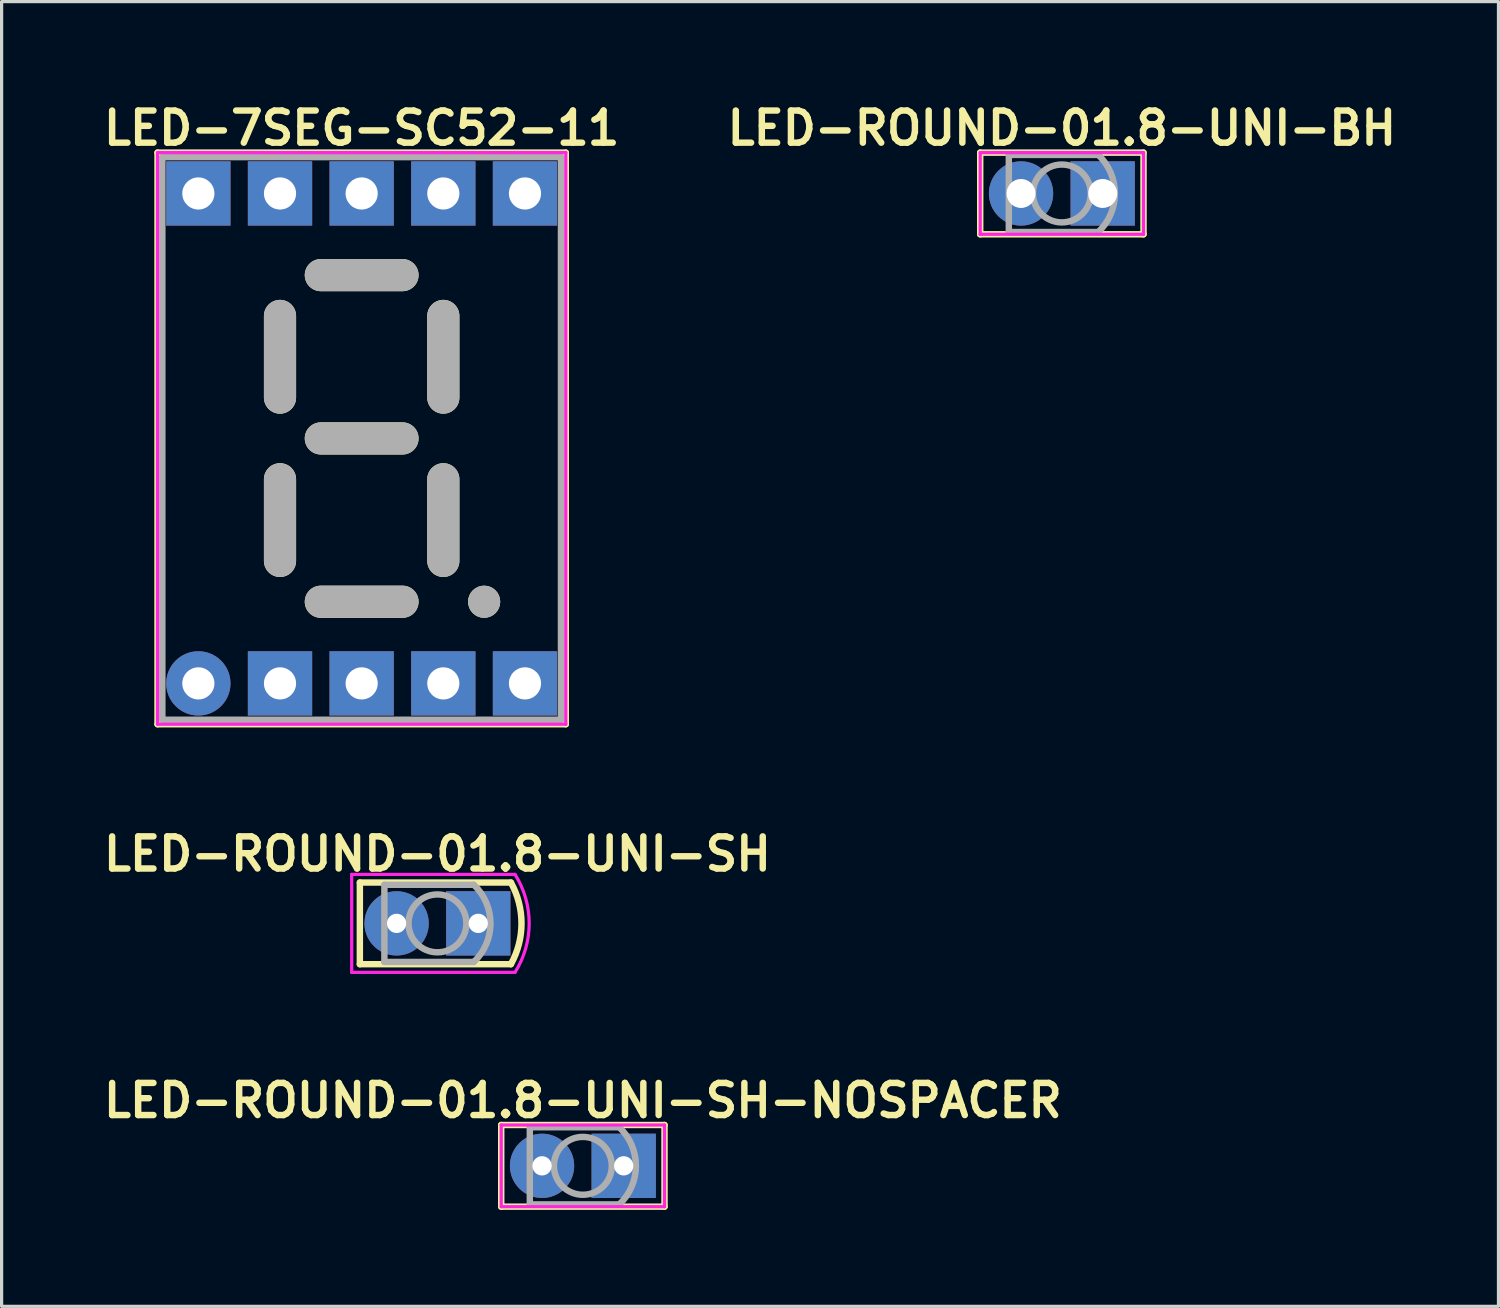
<source format=kicad_pcb>
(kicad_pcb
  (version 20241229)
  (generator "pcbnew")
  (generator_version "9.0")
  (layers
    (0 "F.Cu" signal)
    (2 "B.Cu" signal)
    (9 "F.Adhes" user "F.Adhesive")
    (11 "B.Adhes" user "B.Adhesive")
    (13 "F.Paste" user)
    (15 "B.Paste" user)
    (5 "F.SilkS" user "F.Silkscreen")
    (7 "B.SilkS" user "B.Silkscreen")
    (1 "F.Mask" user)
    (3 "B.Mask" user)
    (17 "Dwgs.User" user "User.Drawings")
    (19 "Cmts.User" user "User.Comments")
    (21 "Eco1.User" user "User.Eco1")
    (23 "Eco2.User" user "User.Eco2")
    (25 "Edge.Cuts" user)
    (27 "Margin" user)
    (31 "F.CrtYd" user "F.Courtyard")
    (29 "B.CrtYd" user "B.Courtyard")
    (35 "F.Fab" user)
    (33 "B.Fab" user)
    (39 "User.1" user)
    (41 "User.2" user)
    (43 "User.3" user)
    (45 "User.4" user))
  (footprint "LED-7SEG-SC52-11"
    (layer "F.Cu")
    (at 8.2 10.588)
    (property "Reference" "LED-7SEG-SC52-11" (at 0 -9.652 0) (layer "F.SilkS") (effects (font (size 1 1) (thickness 0.2))))
    (attr through_hole)
    (fp_line (start -6.35 -8.89) (end -6.35 8.89) (stroke (width 0.2) (type solid)) (layer "F.SilkS"))
    (fp_line (start -6.35 -8.89) (end 6.35 -8.89) (stroke (width 0.2) (type solid)) (layer "F.SilkS"))
    (fp_line (start -6.35 8.89) (end 6.35 8.89) (stroke (width 0.2) (type solid)) (layer "F.SilkS"))
    (fp_line (start -2.54 -3.81) (end -2.54 -1.27) (stroke (width 1) (type solid)) (layer "F.SilkS"))
    (fp_line (start -2.54 1.27) (end -2.54 3.81) (stroke (width 1) (type solid)) (layer "F.SilkS"))
    (fp_line (start -1.27 -5.08) (end 1.27 -5.08) (stroke (width 1) (type solid)) (layer "F.SilkS"))
    (fp_line (start -1.27 0) (end 1.27 0) (stroke (width 1) (type solid)) (layer "F.SilkS"))
    (fp_line (start -1.27 5.08) (end 1.27 5.08) (stroke (width 1) (type solid)) (layer "F.SilkS"))
    (fp_line (start 2.54 -3.81) (end 2.54 -1.27) (stroke (width 1) (type solid)) (layer "F.SilkS"))
    (fp_line (start 2.54 1.27) (end 2.54 3.81) (stroke (width 1) (type solid)) (layer "F.SilkS"))
    (fp_line (start 6.35 -8.89) (end 6.35 8.89) (stroke (width 0.2) (type solid)) (layer "F.SilkS"))
    (fp_circle (center 3.81 5.08) (end 4.06 5.08) (stroke (width 0.5) (type solid)) (fill no) (layer "F.SilkS"))
    (fp_line (start -6.35 -8.89) (end -6.35 8.89) (stroke (width 0.1) (type solid)) (layer "F.CrtYd"))
    (fp_line (start -6.35 -8.89) (end 6.35 -8.89) (stroke (width 0.1) (type solid)) (layer "F.CrtYd"))
    (fp_line (start -6.35 8.89) (end 6.35 8.89) (stroke (width 0.1) (type solid)) (layer "F.CrtYd"))
    (fp_line (start 6.35 -8.89) (end 6.35 8.89) (stroke (width 0.1) (type solid)) (layer "F.CrtYd"))
    (fp_line (start -6.2 -8.75) (end -6.2 8.75) (stroke (width 0.2) (type solid)) (layer "F.Fab"))
    (fp_line (start -6.2 -8.75) (end 6.2 -8.75) (stroke (width 0.2) (type solid)) (layer "F.Fab"))
    (fp_line (start -6.2 8.75) (end 6.2 8.75) (stroke (width 0.2) (type solid)) (layer "F.Fab"))
    (fp_line (start -2.54 -3.81) (end -2.54 -1.27) (stroke (width 1) (type solid)) (layer "F.Fab"))
    (fp_line (start -2.54 1.27) (end -2.54 3.81) (stroke (width 1) (type solid)) (layer "F.Fab"))
    (fp_line (start -1.27 -5.08) (end 1.27 -5.08) (stroke (width 1) (type solid)) (layer "F.Fab"))
    (fp_line (start -1.27 0) (end 1.27 0) (stroke (width 1) (type solid)) (layer "F.Fab"))
    (fp_line (start -1.27 5.08) (end 1.27 5.08) (stroke (width 1) (type solid)) (layer "F.Fab"))
    (fp_line (start 2.54 -3.81) (end 2.54 -1.27) (stroke (width 1) (type solid)) (layer "F.Fab"))
    (fp_line (start 2.54 1.27) (end 2.54 3.81) (stroke (width 1) (type solid)) (layer "F.Fab"))
    (fp_line (start 6.2 -8.75) (end 6.2 8.75) (stroke (width 0.2) (type solid)) (layer "F.Fab"))
    (fp_circle (center 3.81 5.08) (end 4.06 5.08) (stroke (width 0.5) (type solid)) (fill no) (layer "F.Fab"))
    (pad "AA" thru_hole rect (at 2.54 -7.62) (size 2 2) (drill 1) (layers "B.Cu" "B.Mask"))
    (pad "AB" thru_hole rect (at 5.08 -7.62) (size 2 2) (drill 1) (layers "B.Cu" "B.Mask"))
    (pad "AC" thru_hole rect (at 2.54 7.62) (size 2 2) (drill 1) (layers "B.Cu" "B.Mask"))
    (pad "AD" thru_hole rect (at -2.54 7.62) (size 2 2) (drill 1) (layers "B.Cu" "B.Mask"))
    (pad "AE" thru_hole circle (at -5.08 7.62) (size 2 2) (drill 1) (layers "B.Cu" "B.Mask"))
    (pad "AF" thru_hole rect (at -2.54 -7.62) (size 2 2) (drill 1) (layers "B.Cu" "B.Mask"))
    (pad "AG" thru_hole rect (at -5.08 -7.62) (size 2 2) (drill 1) (layers "B.Cu" "B.Mask"))
    (pad "AH" thru_hole rect (at 5.08 7.62) (size 2 2) (drill 1) (layers "B.Cu" "B.Mask"))
    (pad "C" thru_hole rect (at 0 -7.62) (size 2 2) (drill 1) (layers "B.Cu" "B.Mask"))
    (pad "C" thru_hole rect (at 0 7.62) (size 2 2) (drill 1) (layers "B.Cu" "B.Mask")))
  (footprint "LED-ROUND-01.8-UNI-SH"
    (layer "F.Cu")
    (at 10.557 25.673)
    (property "Reference" "LED-ROUND-01.8-UNI-SH" (at 0 -2.159 0) (layer "F.SilkS") (effects (font (size 1 1) (thickness 0.2))))
    (attr through_hole)
    (fp_line (start -2.413 -1.27) (end -2.413 1.27) (stroke (width 0.2) (type solid)) (layer "F.SilkS"))
    (fp_line (start -2.413 -1.27) (end 2.286 -1.27) (stroke (width 0.2) (type solid)) (layer "F.SilkS"))
    (fp_line (start -2.413 1.27) (end 2.286 1.27) (stroke (width 0.2) (type solid)) (layer "F.SilkS"))
    (fp_arc (start 2.286 -1.27) (mid 2.61509 0) (end 2.286 1.27) (stroke (width 0.2) (type solid)) (layer "F.SilkS"))
    (fp_line (start -2.667 -1.524) (end -2.667 1.524) (stroke (width 0.1) (type solid)) (layer "F.CrtYd"))
    (fp_line (start -2.667 -1.524) (end 2.413 -1.524) (stroke (width 0.1) (type solid)) (layer "F.CrtYd"))
    (fp_line (start -2.667 1.524) (end 2.413 1.524) (stroke (width 0.1) (type solid)) (layer "F.CrtYd"))
    (fp_arc (start 2.413 -1.524) (mid 2.85397 0) (end 2.413 1.524) (stroke (width 0.1) (type solid)) (layer "F.CrtYd"))
    (fp_line (start -1.65 -1.2) (end -1.65 1.2) (stroke (width 0.2) (type solid)) (layer "F.Fab"))
    (fp_line (start -1.65 -1.2) (end 1.132 -1.2) (stroke (width 0.2) (type solid)) (layer "F.Fab"))
    (fp_line (start -1.65 1.2) (end 1.132 1.2) (stroke (width 0.2) (type solid)) (layer "F.Fab"))
    (fp_arc (start 1.13282 -1.199674) (mid 1.65 0.000237) (end 1.132475 1.2) (stroke (width 0.2) (type solid)) (layer "F.Fab"))
    (fp_circle (center 0 0) (end 0.9 0) (stroke (width 0.2) (type solid)) (fill no) (layer "F.Fab"))
    (pad "A" thru_hole rect (at 1.27 0) (size 2 2) (drill 0.6) (layers "*.Cu" "*.Mask"))
    (pad "C" thru_hole circle (at -1.27 0) (size 2 2) (drill 0.6) (layers "*.Cu" "*.Mask")))
  (footprint "LED-ROUND-01.8-UNI-SH-NOSPACER"
    (layer "F.Cu")
    (at 15.081 33.215)
    (property "Reference" "LED-ROUND-01.8-UNI-SH-NOSPACER" (at 0 -2.032 0) (layer "F.SilkS") (effects (font (size 1 1) (thickness 0.2))))
    (attr through_hole)
    (fp_line (start -2.54 -1.27) (end -2.54 1.27) (stroke (width 0.2) (type solid)) (layer "F.SilkS"))
    (fp_line (start -2.54 -1.27) (end 2.54 -1.27) (stroke (width 0.2) (type solid)) (layer "F.SilkS"))
    (fp_line (start -2.54 1.27) (end 2.54 1.27) (stroke (width 0.2) (type solid)) (layer "F.SilkS"))
    (fp_line (start 2.54 -1.27) (end 2.54 1.27) (stroke (width 0.2) (type solid)) (layer "F.SilkS"))
    (fp_line (start -2.54 -1.27) (end -2.54 1.27) (stroke (width 0.1) (type solid)) (layer "F.CrtYd"))
    (fp_line (start -2.54 -1.27) (end 2.54 -1.27) (stroke (width 0.1) (type solid)) (layer "F.CrtYd"))
    (fp_line (start -2.54 1.27) (end 2.54 1.27) (stroke (width 0.1) (type solid)) (layer "F.CrtYd"))
    (fp_line (start 2.54 -1.27) (end 2.54 1.27) (stroke (width 0.1) (type solid)) (layer "F.CrtYd"))
    (fp_line (start -1.65 -1.2) (end -1.65 1.2) (stroke (width 0.2) (type solid)) (layer "F.Fab"))
    (fp_line (start -1.65 -1.2) (end 1.132 -1.2) (stroke (width 0.2) (type solid)) (layer "F.Fab"))
    (fp_line (start -1.65 1.2) (end 1.132 1.2) (stroke (width 0.2) (type solid)) (layer "F.Fab"))
    (fp_arc (start 1.13282 -1.199674) (mid 1.65 0.000237) (end 1.132475 1.2) (stroke (width 0.2) (type solid)) (layer "F.Fab"))
    (fp_circle (center 0 0) (end 0.9 0) (stroke (width 0.2) (type solid)) (fill no) (layer "F.Fab"))
    (pad "A" thru_hole rect (at 1.27 0) (size 2 2) (drill 0.6) (layers "*.Cu" "*.Mask"))
    (pad "C" thru_hole circle (at -1.27 0) (size 2 2) (drill 0.6) (layers "*.Cu" "*.Mask")))
  (footprint "LED-ROUND-01.8-UNI-BH"
    (layer "F.Cu")
    (at 29.981 2.968)
    (property "Reference" "LED-ROUND-01.8-UNI-BH" (at 0 -2.032 0) (layer "F.SilkS") (effects (font (size 1 1) (thickness 0.2))))
    (attr through_hole)
    (fp_line (start -2.54 -1.27) (end -2.54 1.27) (stroke (width 0.2) (type solid)) (layer "F.SilkS"))
    (fp_line (start -2.54 -1.27) (end 2.54 -1.27) (stroke (width 0.2) (type solid)) (layer "F.SilkS"))
    (fp_line (start -2.54 1.27) (end 2.54 1.27) (stroke (width 0.2) (type solid)) (layer "F.SilkS"))
    (fp_line (start 2.54 -1.27) (end 2.54 1.27) (stroke (width 0.2) (type solid)) (layer "F.SilkS"))
    (fp_line (start -2.54 -1.27) (end -2.54 1.27) (stroke (width 0.1) (type solid)) (layer "F.CrtYd"))
    (fp_line (start -2.54 -1.27) (end 2.54 -1.27) (stroke (width 0.1) (type solid)) (layer "F.CrtYd"))
    (fp_line (start -2.54 1.27) (end 2.54 1.27) (stroke (width 0.1) (type solid)) (layer "F.CrtYd"))
    (fp_line (start 2.54 -1.27) (end 2.54 1.27) (stroke (width 0.1) (type solid)) (layer "F.CrtYd"))
    (fp_line (start -1.65 -1.2) (end -1.65 1.2) (stroke (width 0.2) (type solid)) (layer "F.Fab"))
    (fp_line (start -1.65 -1.2) (end 1.132 -1.2) (stroke (width 0.2) (type solid)) (layer "F.Fab"))
    (fp_line (start -1.65 1.2) (end 1.132 1.2) (stroke (width 0.2) (type solid)) (layer "F.Fab"))
    (fp_arc (start 1.13282 -1.199674) (mid 1.65 0.000237) (end 1.132475 1.2) (stroke (width 0.2) (type solid)) (layer "F.Fab"))
    (fp_circle (center 0 0) (end 0.9 0) (stroke (width 0.2) (type solid)) (fill no) (layer "F.Fab"))
    (pad "A" thru_hole rect (at 1.27 0) (size 2 2) (drill 0.9) (layers "B.Cu" "B.Mask"))
    (pad "C" thru_hole circle (at -1.27 0) (size 2 2) (drill 0.9) (layers "B.Cu" "B.Mask")))
  (gr_rect
    (start -3 -3)
    (end 43.562 37.585)
    (stroke (width 0.1) (type default))
    (fill no)
    (layer "Edge.Cuts")))
</source>
